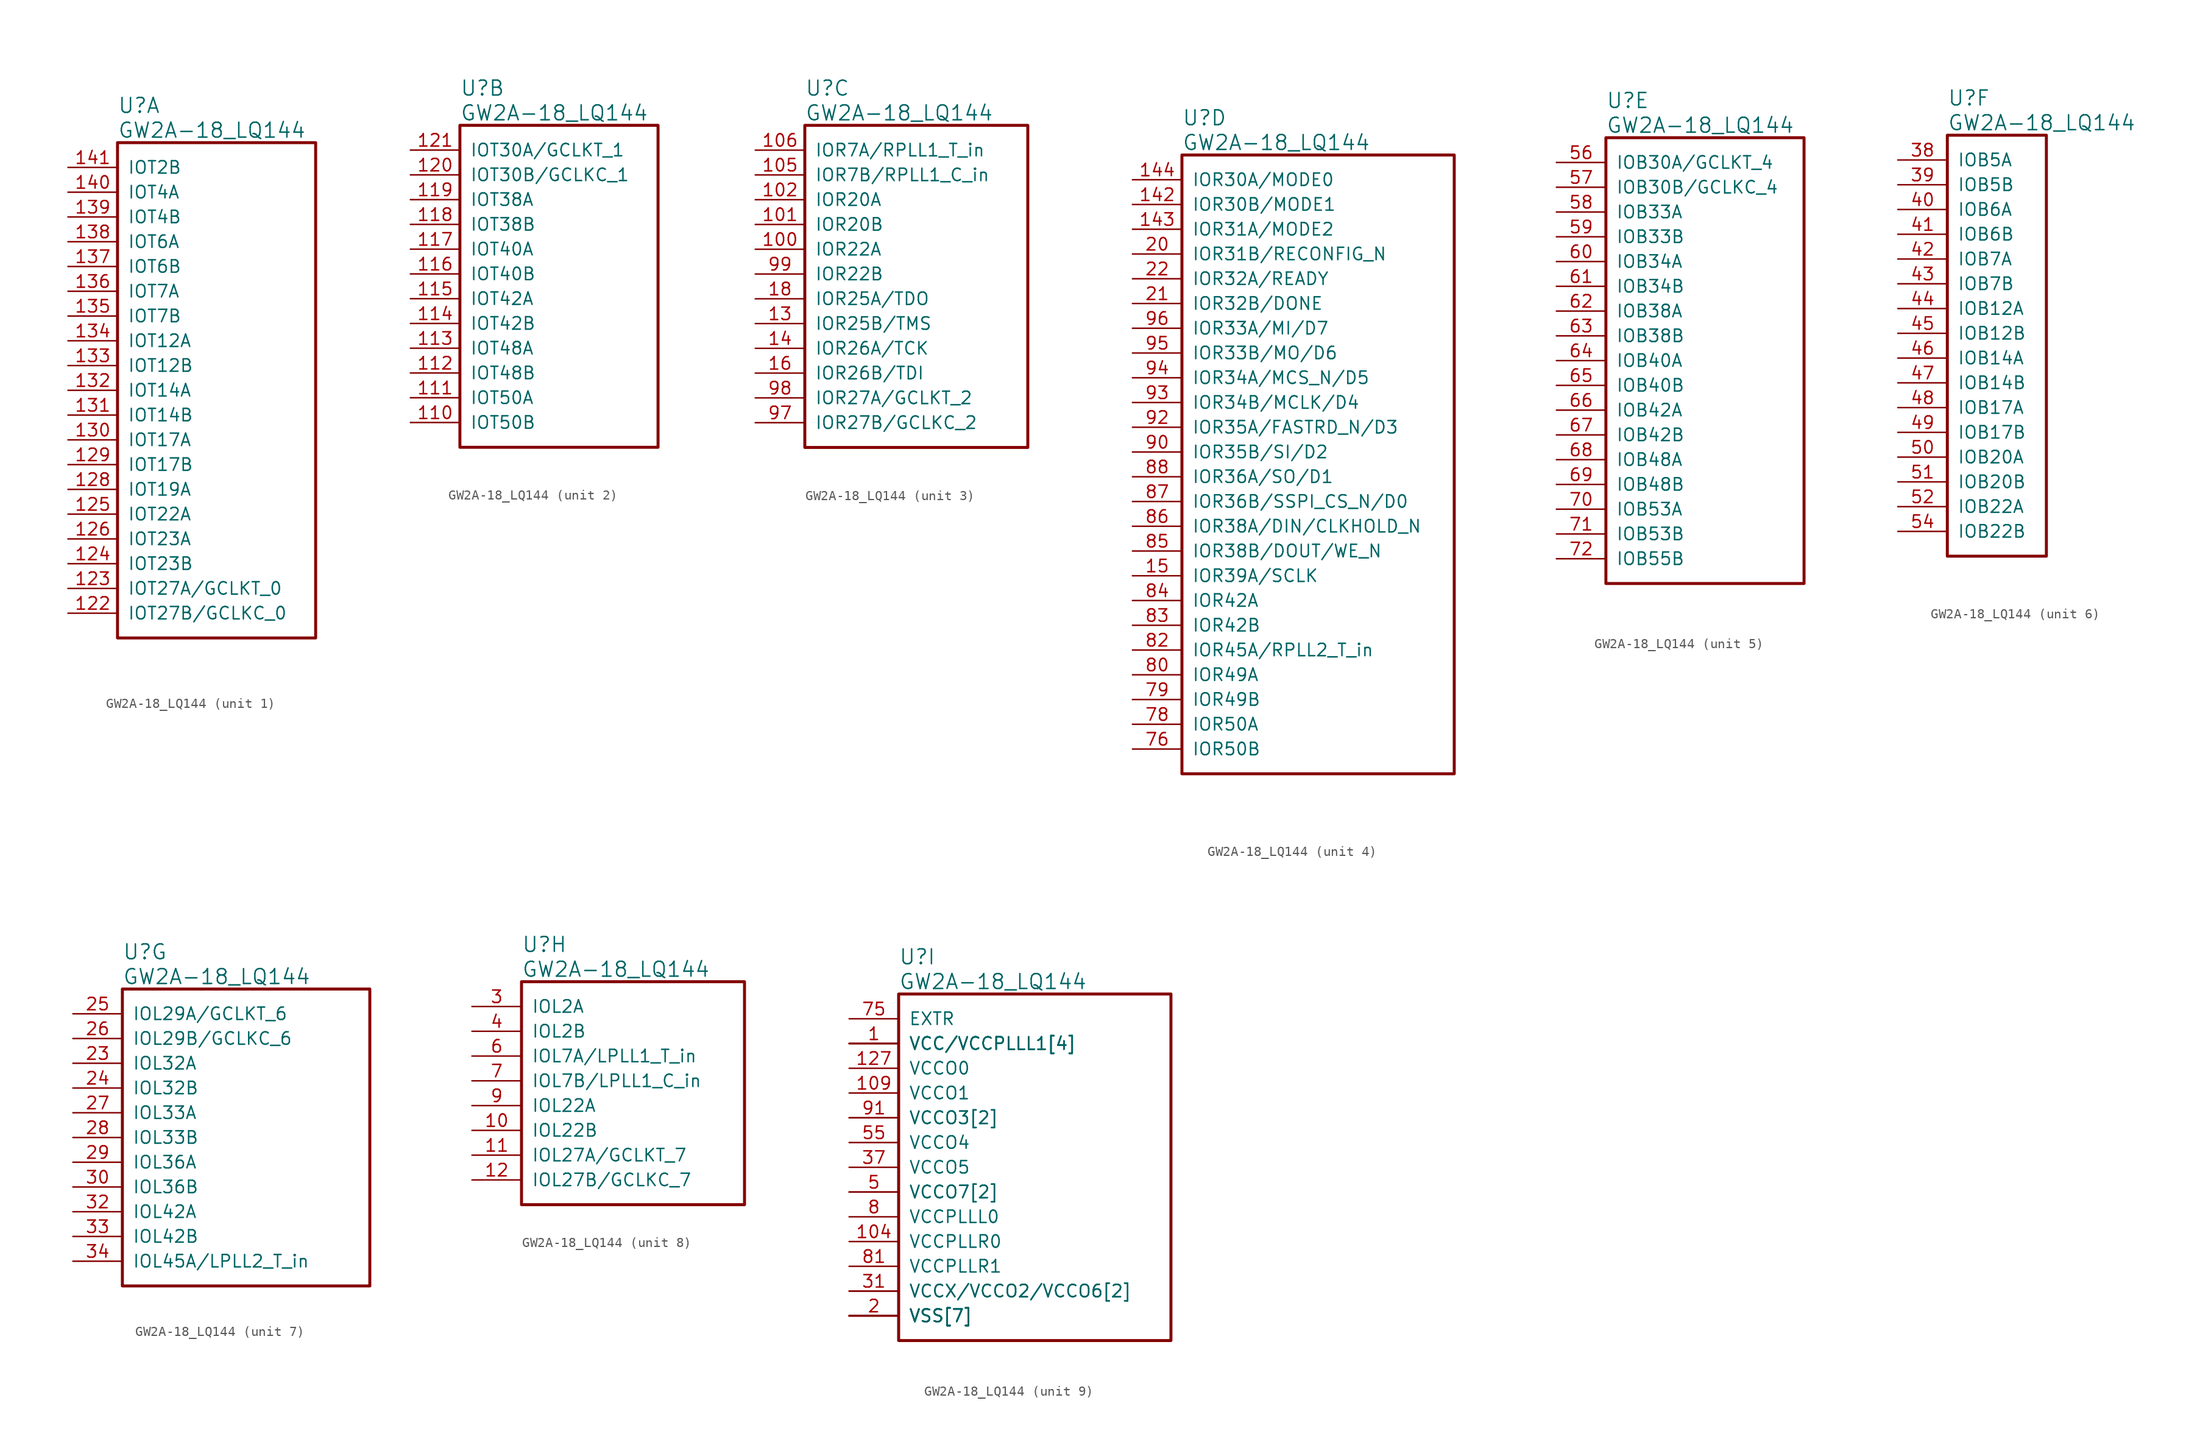
<source format=kicad_sym>
(kicad_symbol_lib
  (version 20220914)
  (generator kicad_symbol_editor)
  (symbol "GW2A-18_LQ144"
    (pin_names
      (offset 1.016))
    (property "Reference" "U"
      (at 5.08 6.35 0)
      (effects (font (size 1.524 1.524)) (justify left)))
    (property "Value" "GW2A-18_LQ144"
      (at 5.08 3.81 0)
      (effects (font (size 1.524 1.524)) (justify left)))
    (property "ki_locked" ""
      (at 0 0 0)
      (effects (font (size 1.27 1.27))))
    (symbol "GW2A-18_LQ144_1_1"
      (rectangle (start 5.08 2.54) (end 25.4 -48.26) (stroke (width 0.305) (type solid)) (fill (type none)))
      (pin bidirectional line (at 0 -45.72 0) (length 5.08) (name "IOT27B/GCLKC_0" (effects (font (size 1.27 1.27)))) (number "122" (effects (font (size 1.27 1.27)))))
      (pin bidirectional line (at 0 -43.18 0) (length 5.08) (name "IOT27A/GCLKT_0" (effects (font (size 1.27 1.27)))) (number "123" (effects (font (size 1.27 1.27)))))
      (pin bidirectional line (at 0 -40.64 0) (length 5.08) (name "IOT23B" (effects (font (size 1.27 1.27)))) (number "124" (effects (font (size 1.27 1.27)))))
      (pin bidirectional line (at 0 -35.56 0) (length 5.08) (name "IOT22A" (effects (font (size 1.27 1.27)))) (number "125" (effects (font (size 1.27 1.27)))))
      (pin bidirectional line (at 0 -38.1 0) (length 5.08) (name "IOT23A" (effects (font (size 1.27 1.27)))) (number "126" (effects (font (size 1.27 1.27)))))
      (pin bidirectional line (at 0 -33.02 0) (length 5.08) (name "IOT19A" (effects (font (size 1.27 1.27)))) (number "128" (effects (font (size 1.27 1.27)))))
      (pin bidirectional line (at 0 -30.48 0) (length 5.08) (name "IOT17B" (effects (font (size 1.27 1.27)))) (number "129" (effects (font (size 1.27 1.27)))))
      (pin bidirectional line (at 0 -27.94 0) (length 5.08) (name "IOT17A" (effects (font (size 1.27 1.27)))) (number "130" (effects (font (size 1.27 1.27)))))
      (pin bidirectional line (at 0 -25.4 0) (length 5.08) (name "IOT14B" (effects (font (size 1.27 1.27)))) (number "131" (effects (font (size 1.27 1.27)))))
      (pin bidirectional line (at 0 -22.86 0) (length 5.08) (name "IOT14A" (effects (font (size 1.27 1.27)))) (number "132" (effects (font (size 1.27 1.27)))))
      (pin bidirectional line (at 0 -20.32 0) (length 5.08) (name "IOT12B" (effects (font (size 1.27 1.27)))) (number "133" (effects (font (size 1.27 1.27)))))
      (pin bidirectional line (at 0 -17.78 0) (length 5.08) (name "IOT12A" (effects (font (size 1.27 1.27)))) (number "134" (effects (font (size 1.27 1.27)))))
      (pin bidirectional line (at 0 -15.24 0) (length 5.08) (name "IOT7B" (effects (font (size 1.27 1.27)))) (number "135" (effects (font (size 1.27 1.27)))))
      (pin bidirectional line (at 0 -12.7 0) (length 5.08) (name "IOT7A" (effects (font (size 1.27 1.27)))) (number "136" (effects (font (size 1.27 1.27)))))
      (pin bidirectional line (at 0 -10.16 0) (length 5.08) (name "IOT6B" (effects (font (size 1.27 1.27)))) (number "137" (effects (font (size 1.27 1.27)))))
      (pin bidirectional line (at 0 -7.62 0) (length 5.08) (name "IOT6A" (effects (font (size 1.27 1.27)))) (number "138" (effects (font (size 1.27 1.27)))))
      (pin bidirectional line (at 0 -5.08 0) (length 5.08) (name "IOT4B" (effects (font (size 1.27 1.27)))) (number "139" (effects (font (size 1.27 1.27)))))
      (pin bidirectional line (at 0 -2.54 0) (length 5.08) (name "IOT4A" (effects (font (size 1.27 1.27)))) (number "140" (effects (font (size 1.27 1.27)))))
      (pin bidirectional line (at 0 0 0) (length 5.08) (name "IOT2B" (effects (font (size 1.27 1.27)))) (number "141" (effects (font (size 1.27 1.27))))))
    (symbol "GW2A-18_LQ144_2_1"
      (rectangle (start 5.08 2.54) (end 25.4 -30.48) (stroke (width 0.305) (type solid)) (fill (type none)))
      (pin bidirectional line (at 0 -27.94 0) (length 5.08) (name "IOT50B" (effects (font (size 1.27 1.27)))) (number "110" (effects (font (size 1.27 1.27)))))
      (pin bidirectional line (at 0 -25.4 0) (length 5.08) (name "IOT50A" (effects (font (size 1.27 1.27)))) (number "111" (effects (font (size 1.27 1.27)))))
      (pin bidirectional line (at 0 -22.86 0) (length 5.08) (name "IOT48B" (effects (font (size 1.27 1.27)))) (number "112" (effects (font (size 1.27 1.27)))))
      (pin bidirectional line (at 0 -20.32 0) (length 5.08) (name "IOT48A" (effects (font (size 1.27 1.27)))) (number "113" (effects (font (size 1.27 1.27)))))
      (pin bidirectional line (at 0 -17.78 0) (length 5.08) (name "IOT42B" (effects (font (size 1.27 1.27)))) (number "114" (effects (font (size 1.27 1.27)))))
      (pin bidirectional line (at 0 -15.24 0) (length 5.08) (name "IOT42A" (effects (font (size 1.27 1.27)))) (number "115" (effects (font (size 1.27 1.27)))))
      (pin bidirectional line (at 0 -12.7 0) (length 5.08) (name "IOT40B" (effects (font (size 1.27 1.27)))) (number "116" (effects (font (size 1.27 1.27)))))
      (pin bidirectional line (at 0 -10.16 0) (length 5.08) (name "IOT40A" (effects (font (size 1.27 1.27)))) (number "117" (effects (font (size 1.27 1.27)))))
      (pin bidirectional line (at 0 -7.62 0) (length 5.08) (name "IOT38B" (effects (font (size 1.27 1.27)))) (number "118" (effects (font (size 1.27 1.27)))))
      (pin bidirectional line (at 0 -5.08 0) (length 5.08) (name "IOT38A" (effects (font (size 1.27 1.27)))) (number "119" (effects (font (size 1.27 1.27)))))
      (pin bidirectional line (at 0 -2.54 0) (length 5.08) (name "IOT30B/GCLKC_1" (effects (font (size 1.27 1.27)))) (number "120" (effects (font (size 1.27 1.27)))))
      (pin bidirectional line (at 0 0 0) (length 5.08) (name "IOT30A/GCLKT_1" (effects (font (size 1.27 1.27)))) (number "121" (effects (font (size 1.27 1.27))))))
    (symbol "GW2A-18_LQ144_3_1"
      (rectangle (start 5.08 2.54) (end 27.94 -30.48) (stroke (width 0.305) (type solid)) (fill (type none)))
      (pin bidirectional line (at 0 -10.16 0) (length 5.08) (name "IOR22A" (effects (font (size 1.27 1.27)))) (number "100" (effects (font (size 1.27 1.27)))))
      (pin bidirectional line (at 0 -7.62 0) (length 5.08) (name "IOR20B" (effects (font (size 1.27 1.27)))) (number "101" (effects (font (size 1.27 1.27)))))
      (pin bidirectional line (at 0 -5.08 0) (length 5.08) (name "IOR20A" (effects (font (size 1.27 1.27)))) (number "102" (effects (font (size 1.27 1.27)))))
      (pin bidirectional line (at 0 -2.54 0) (length 5.08) (name "IOR7B/RPLL1_C_in" (effects (font (size 1.27 1.27)))) (number "105" (effects (font (size 1.27 1.27)))))
      (pin bidirectional line (at 0 0 0) (length 5.08) (name "IOR7A/RPLL1_T_in" (effects (font (size 1.27 1.27)))) (number "106" (effects (font (size 1.27 1.27)))))
      (pin bidirectional line (at 0 -17.78 0) (length 5.08) (name "IOR25B/TMS" (effects (font (size 1.27 1.27)))) (number "13" (effects (font (size 1.27 1.27)))))
      (pin bidirectional line (at 0 -20.32 0) (length 5.08) (name "IOR26A/TCK" (effects (font (size 1.27 1.27)))) (number "14" (effects (font (size 1.27 1.27)))))
      (pin bidirectional line (at 0 -22.86 0) (length 5.08) (name "IOR26B/TDI" (effects (font (size 1.27 1.27)))) (number "16" (effects (font (size 1.27 1.27)))))
      (pin bidirectional line (at 0 -15.24 0) (length 5.08) (name "IOR25A/TDO" (effects (font (size 1.27 1.27)))) (number "18" (effects (font (size 1.27 1.27)))))
      (pin bidirectional line (at 0 -27.94 0) (length 5.08) (name "IOR27B/GCLKC_2" (effects (font (size 1.27 1.27)))) (number "97" (effects (font (size 1.27 1.27)))))
      (pin bidirectional line (at 0 -25.4 0) (length 5.08) (name "IOR27A/GCLKT_2" (effects (font (size 1.27 1.27)))) (number "98" (effects (font (size 1.27 1.27)))))
      (pin bidirectional line (at 0 -12.7 0) (length 5.08) (name "IOR22B" (effects (font (size 1.27 1.27)))) (number "99" (effects (font (size 1.27 1.27))))))
    (symbol "GW2A-18_LQ144_4_1"
      (rectangle (start 5.08 2.54) (end 33.02 -60.96) (stroke (width 0.305) (type solid)) (fill (type none)))
      (pin bidirectional line (at 0 -2.54 0) (length 5.08) (name "IOR30B/MODE1" (effects (font (size 1.27 1.27)))) (number "142" (effects (font (size 1.27 1.27)))))
      (pin bidirectional line (at 0 -5.08 0) (length 5.08) (name "IOR31A/MODE2" (effects (font (size 1.27 1.27)))) (number "143" (effects (font (size 1.27 1.27)))))
      (pin bidirectional line (at 0 0 0) (length 5.08) (name "IOR30A/MODE0" (effects (font (size 1.27 1.27)))) (number "144" (effects (font (size 1.27 1.27)))))
      (pin bidirectional line (at 0 -40.64 0) (length 5.08) (name "IOR39A/SCLK" (effects (font (size 1.27 1.27)))) (number "15" (effects (font (size 1.27 1.27)))))
      (pin bidirectional line (at 0 -7.62 0) (length 5.08) (name "IOR31B/RECONFIG_N" (effects (font (size 1.27 1.27)))) (number "20" (effects (font (size 1.27 1.27)))))
      (pin bidirectional line (at 0 -12.7 0) (length 5.08) (name "IOR32B/DONE" (effects (font (size 1.27 1.27)))) (number "21" (effects (font (size 1.27 1.27)))))
      (pin bidirectional line (at 0 -10.16 0) (length 5.08) (name "IOR32A/READY" (effects (font (size 1.27 1.27)))) (number "22" (effects (font (size 1.27 1.27)))))
      (pin bidirectional line (at 0 -58.42 0) (length 5.08) (name "IOR50B" (effects (font (size 1.27 1.27)))) (number "76" (effects (font (size 1.27 1.27)))))
      (pin bidirectional line (at 0 -55.88 0) (length 5.08) (name "IOR50A" (effects (font (size 1.27 1.27)))) (number "78" (effects (font (size 1.27 1.27)))))
      (pin bidirectional line (at 0 -53.34 0) (length 5.08) (name "IOR49B" (effects (font (size 1.27 1.27)))) (number "79" (effects (font (size 1.27 1.27)))))
      (pin bidirectional line (at 0 -50.8 0) (length 5.08) (name "IOR49A" (effects (font (size 1.27 1.27)))) (number "80" (effects (font (size 1.27 1.27)))))
      (pin bidirectional line (at 0 -48.26 0) (length 5.08) (name "IOR45A/RPLL2_T_in" (effects (font (size 1.27 1.27)))) (number "82" (effects (font (size 1.27 1.27)))))
      (pin bidirectional line (at 0 -45.72 0) (length 5.08) (name "IOR42B" (effects (font (size 1.27 1.27)))) (number "83" (effects (font (size 1.27 1.27)))))
      (pin bidirectional line (at 0 -43.18 0) (length 5.08) (name "IOR42A" (effects (font (size 1.27 1.27)))) (number "84" (effects (font (size 1.27 1.27)))))
      (pin bidirectional line (at 0 -38.1 0) (length 5.08) (name "IOR38B/DOUT/WE_N" (effects (font (size 1.27 1.27)))) (number "85" (effects (font (size 1.27 1.27)))))
      (pin bidirectional line (at 0 -35.56 0) (length 5.08) (name "IOR38A/DIN/CLKHOLD_N" (effects (font (size 1.27 1.27)))) (number "86" (effects (font (size 1.27 1.27)))))
      (pin bidirectional line (at 0 -33.02 0) (length 5.08) (name "IOR36B/SSPI_CS_N/D0" (effects (font (size 1.27 1.27)))) (number "87" (effects (font (size 1.27 1.27)))))
      (pin bidirectional line (at 0 -30.48 0) (length 5.08) (name "IOR36A/SO/D1" (effects (font (size 1.27 1.27)))) (number "88" (effects (font (size 1.27 1.27)))))
      (pin bidirectional line (at 0 -27.94 0) (length 5.08) (name "IOR35B/SI/D2" (effects (font (size 1.27 1.27)))) (number "90" (effects (font (size 1.27 1.27)))))
      (pin bidirectional line (at 0 -25.4 0) (length 5.08) (name "IOR35A/FASTRD_N/D3" (effects (font (size 1.27 1.27)))) (number "92" (effects (font (size 1.27 1.27)))))
      (pin bidirectional line (at 0 -22.86 0) (length 5.08) (name "IOR34B/MCLK/D4" (effects (font (size 1.27 1.27)))) (number "93" (effects (font (size 1.27 1.27)))))
      (pin bidirectional line (at 0 -20.32 0) (length 5.08) (name "IOR34A/MCS_N/D5" (effects (font (size 1.27 1.27)))) (number "94" (effects (font (size 1.27 1.27)))))
      (pin bidirectional line (at 0 -17.78 0) (length 5.08) (name "IOR33B/MO/D6" (effects (font (size 1.27 1.27)))) (number "95" (effects (font (size 1.27 1.27)))))
      (pin bidirectional line (at 0 -15.24 0) (length 5.08) (name "IOR33A/MI/D7" (effects (font (size 1.27 1.27)))) (number "96" (effects (font (size 1.27 1.27))))))
    (symbol "GW2A-18_LQ144_5_1"
      (rectangle (start 5.08 2.54) (end 25.4 -43.18) (stroke (width 0.305) (type solid)) (fill (type none)))
      (pin bidirectional line (at 0 0 0) (length 5.08) (name "IOB30A/GCLKT_4" (effects (font (size 1.27 1.27)))) (number "56" (effects (font (size 1.27 1.27)))))
      (pin bidirectional line (at 0 -2.54 0) (length 5.08) (name "IOB30B/GCLKC_4" (effects (font (size 1.27 1.27)))) (number "57" (effects (font (size 1.27 1.27)))))
      (pin bidirectional line (at 0 -5.08 0) (length 5.08) (name "IOB33A" (effects (font (size 1.27 1.27)))) (number "58" (effects (font (size 1.27 1.27)))))
      (pin bidirectional line (at 0 -7.62 0) (length 5.08) (name "IOB33B" (effects (font (size 1.27 1.27)))) (number "59" (effects (font (size 1.27 1.27)))))
      (pin bidirectional line (at 0 -10.16 0) (length 5.08) (name "IOB34A" (effects (font (size 1.27 1.27)))) (number "60" (effects (font (size 1.27 1.27)))))
      (pin bidirectional line (at 0 -12.7 0) (length 5.08) (name "IOB34B" (effects (font (size 1.27 1.27)))) (number "61" (effects (font (size 1.27 1.27)))))
      (pin bidirectional line (at 0 -15.24 0) (length 5.08) (name "IOB38A" (effects (font (size 1.27 1.27)))) (number "62" (effects (font (size 1.27 1.27)))))
      (pin bidirectional line (at 0 -17.78 0) (length 5.08) (name "IOB38B" (effects (font (size 1.27 1.27)))) (number "63" (effects (font (size 1.27 1.27)))))
      (pin bidirectional line (at 0 -20.32 0) (length 5.08) (name "IOB40A" (effects (font (size 1.27 1.27)))) (number "64" (effects (font (size 1.27 1.27)))))
      (pin bidirectional line (at 0 -22.86 0) (length 5.08) (name "IOB40B" (effects (font (size 1.27 1.27)))) (number "65" (effects (font (size 1.27 1.27)))))
      (pin bidirectional line (at 0 -25.4 0) (length 5.08) (name "IOB42A" (effects (font (size 1.27 1.27)))) (number "66" (effects (font (size 1.27 1.27)))))
      (pin bidirectional line (at 0 -27.94 0) (length 5.08) (name "IOB42B" (effects (font (size 1.27 1.27)))) (number "67" (effects (font (size 1.27 1.27)))))
      (pin bidirectional line (at 0 -30.48 0) (length 5.08) (name "IOB48A" (effects (font (size 1.27 1.27)))) (number "68" (effects (font (size 1.27 1.27)))))
      (pin bidirectional line (at 0 -33.02 0) (length 5.08) (name "IOB48B" (effects (font (size 1.27 1.27)))) (number "69" (effects (font (size 1.27 1.27)))))
      (pin bidirectional line (at 0 -35.56 0) (length 5.08) (name "IOB53A" (effects (font (size 1.27 1.27)))) (number "70" (effects (font (size 1.27 1.27)))))
      (pin bidirectional line (at 0 -38.1 0) (length 5.08) (name "IOB53B" (effects (font (size 1.27 1.27)))) (number "71" (effects (font (size 1.27 1.27)))))
      (pin bidirectional line (at 0 -40.64 0) (length 5.08) (name "IOB55B" (effects (font (size 1.27 1.27)))) (number "72" (effects (font (size 1.27 1.27))))))
    (symbol "GW2A-18_LQ144_6_1"
      (rectangle (start 5.08 2.54) (end 15.24 -40.64) (stroke (width 0.305) (type solid)) (fill (type none)))
      (pin bidirectional line (at 0 0 0) (length 5.08) (name "IOB5A" (effects (font (size 1.27 1.27)))) (number "38" (effects (font (size 1.27 1.27)))))
      (pin bidirectional line (at 0 -2.54 0) (length 5.08) (name "IOB5B" (effects (font (size 1.27 1.27)))) (number "39" (effects (font (size 1.27 1.27)))))
      (pin bidirectional line (at 0 -5.08 0) (length 5.08) (name "IOB6A" (effects (font (size 1.27 1.27)))) (number "40" (effects (font (size 1.27 1.27)))))
      (pin bidirectional line (at 0 -7.62 0) (length 5.08) (name "IOB6B" (effects (font (size 1.27 1.27)))) (number "41" (effects (font (size 1.27 1.27)))))
      (pin bidirectional line (at 0 -10.16 0) (length 5.08) (name "IOB7A" (effects (font (size 1.27 1.27)))) (number "42" (effects (font (size 1.27 1.27)))))
      (pin bidirectional line (at 0 -12.7 0) (length 5.08) (name "IOB7B" (effects (font (size 1.27 1.27)))) (number "43" (effects (font (size 1.27 1.27)))))
      (pin bidirectional line (at 0 -15.24 0) (length 5.08) (name "IOB12A" (effects (font (size 1.27 1.27)))) (number "44" (effects (font (size 1.27 1.27)))))
      (pin bidirectional line (at 0 -17.78 0) (length 5.08) (name "IOB12B" (effects (font (size 1.27 1.27)))) (number "45" (effects (font (size 1.27 1.27)))))
      (pin bidirectional line (at 0 -20.32 0) (length 5.08) (name "IOB14A" (effects (font (size 1.27 1.27)))) (number "46" (effects (font (size 1.27 1.27)))))
      (pin bidirectional line (at 0 -22.86 0) (length 5.08) (name "IOB14B" (effects (font (size 1.27 1.27)))) (number "47" (effects (font (size 1.27 1.27)))))
      (pin bidirectional line (at 0 -25.4 0) (length 5.08) (name "IOB17A" (effects (font (size 1.27 1.27)))) (number "48" (effects (font (size 1.27 1.27)))))
      (pin bidirectional line (at 0 -27.94 0) (length 5.08) (name "IOB17B" (effects (font (size 1.27 1.27)))) (number "49" (effects (font (size 1.27 1.27)))))
      (pin bidirectional line (at 0 -30.48 0) (length 5.08) (name "IOB20A" (effects (font (size 1.27 1.27)))) (number "50" (effects (font (size 1.27 1.27)))))
      (pin bidirectional line (at 0 -33.02 0) (length 5.08) (name "IOB20B" (effects (font (size 1.27 1.27)))) (number "51" (effects (font (size 1.27 1.27)))))
      (pin bidirectional line (at 0 -35.56 0) (length 5.08) (name "IOB22A" (effects (font (size 1.27 1.27)))) (number "52" (effects (font (size 1.27 1.27)))))
      (pin bidirectional line (at 0 -38.1 0) (length 5.08) (name "IOB22B" (effects (font (size 1.27 1.27)))) (number "54" (effects (font (size 1.27 1.27))))))
    (symbol "GW2A-18_LQ144_7_1"
      (rectangle (start 5.08 2.54) (end 30.48 -27.94) (stroke (width 0.305) (type solid)) (fill (type none)))
      (pin bidirectional line (at 0 -5.08 0) (length 5.08) (name "IOL32A" (effects (font (size 1.27 1.27)))) (number "23" (effects (font (size 1.27 1.27)))))
      (pin bidirectional line (at 0 -7.62 0) (length 5.08) (name "IOL32B" (effects (font (size 1.27 1.27)))) (number "24" (effects (font (size 1.27 1.27)))))
      (pin bidirectional line (at 0 0 0) (length 5.08) (name "IOL29A/GCLKT_6" (effects (font (size 1.27 1.27)))) (number "25" (effects (font (size 1.27 1.27)))))
      (pin bidirectional line (at 0 -2.54 0) (length 5.08) (name "IOL29B/GCLKC_6" (effects (font (size 1.27 1.27)))) (number "26" (effects (font (size 1.27 1.27)))))
      (pin bidirectional line (at 0 -10.16 0) (length 5.08) (name "IOL33A" (effects (font (size 1.27 1.27)))) (number "27" (effects (font (size 1.27 1.27)))))
      (pin bidirectional line (at 0 -12.7 0) (length 5.08) (name "IOL33B" (effects (font (size 1.27 1.27)))) (number "28" (effects (font (size 1.27 1.27)))))
      (pin bidirectional line (at 0 -15.24 0) (length 5.08) (name "IOL36A" (effects (font (size 1.27 1.27)))) (number "29" (effects (font (size 1.27 1.27)))))
      (pin bidirectional line (at 0 -17.78 0) (length 5.08) (name "IOL36B" (effects (font (size 1.27 1.27)))) (number "30" (effects (font (size 1.27 1.27)))))
      (pin bidirectional line (at 0 -20.32 0) (length 5.08) (name "IOL42A" (effects (font (size 1.27 1.27)))) (number "32" (effects (font (size 1.27 1.27)))))
      (pin bidirectional line (at 0 -22.86 0) (length 5.08) (name "IOL42B" (effects (font (size 1.27 1.27)))) (number "33" (effects (font (size 1.27 1.27)))))
      (pin bidirectional line (at 0 -25.4 0) (length 5.08) (name "IOL45A/LPLL2_T_in" (effects (font (size 1.27 1.27)))) (number "34" (effects (font (size 1.27 1.27))))))
    (symbol "GW2A-18_LQ144_8_1"
      (rectangle (start 5.08 2.54) (end 27.94 -20.32) (stroke (width 0.305) (type solid)) (fill (type none)))
      (pin bidirectional line (at 0 -12.7 0) (length 5.08) (name "IOL22B" (effects (font (size 1.27 1.27)))) (number "10" (effects (font (size 1.27 1.27)))))
      (pin bidirectional line (at 0 -15.24 0) (length 5.08) (name "IOL27A/GCLKT_7" (effects (font (size 1.27 1.27)))) (number "11" (effects (font (size 1.27 1.27)))))
      (pin bidirectional line (at 0 -17.78 0) (length 5.08) (name "IOL27B/GCLKC_7" (effects (font (size 1.27 1.27)))) (number "12" (effects (font (size 1.27 1.27)))))
      (pin bidirectional line (at 0 0 0) (length 5.08) (name "IOL2A" (effects (font (size 1.27 1.27)))) (number "3" (effects (font (size 1.27 1.27)))))
      (pin bidirectional line (at 0 -2.54 0) (length 5.08) (name "IOL2B" (effects (font (size 1.27 1.27)))) (number "4" (effects (font (size 1.27 1.27)))))
      (pin bidirectional line (at 0 -5.08 0) (length 5.08) (name "IOL7A/LPLL1_T_in" (effects (font (size 1.27 1.27)))) (number "6" (effects (font (size 1.27 1.27)))))
      (pin bidirectional line (at 0 -7.62 0) (length 5.08) (name "IOL7B/LPLL1_C_in" (effects (font (size 1.27 1.27)))) (number "7" (effects (font (size 1.27 1.27)))))
      (pin bidirectional line (at 0 -10.16 0) (length 5.08) (name "IOL22A" (effects (font (size 1.27 1.27)))) (number "9" (effects (font (size 1.27 1.27))))))
    (symbol "GW2A-18_LQ144_9_1"
      (rectangle (start 5.08 2.54) (end 33.02 -33.02) (stroke (width 0.305) (type solid)) (fill (type none)))
      (pin power_in line (at 0 -2.54 0) (length 5.08) (name "VCC/VCCPLLL1[4]" (effects (font (size 1.27 1.27)))) (number "1" (effects (font (size 1.27 1.27)))))
      (pin power_in line (at 0 -27.94 0) (length 5.08) (name "VCCX/VCCO2/VCCO6[2]" (effects (font (size 1.27 1.27)))) (number "103" (effects (font (size 0 0)))))
      (pin power_in line (at 0 -22.86 0) (length 5.08) (name "VCCPLLR0" (effects (font (size 1.27 1.27)))) (number "104" (effects (font (size 1.27 1.27)))))
      (pin power_in line (at 0 -30.48 0) (length 5.08) (name "VSS[7]" (effects (font (size 1.27 1.27)))) (number "107" (effects (font (size 0 0)))))
      (pin power_in line (at 0 -2.54 0) (length 5.08) (name "VCC/VCCPLLL1[4]" (effects (font (size 1.27 1.27)))) (number "108" (effects (font (size 0 0)))))
      (pin power_in line (at 0 -7.62 0) (length 5.08) (name "VCCO1" (effects (font (size 1.27 1.27)))) (number "109" (effects (font (size 1.27 1.27)))))
      (pin power_in line (at 0 -5.08 0) (length 5.08) (name "VCCO0" (effects (font (size 1.27 1.27)))) (number "127" (effects (font (size 1.27 1.27)))))
      (pin power_in line (at 0 -30.48 0) (length 5.08) (name "VSS[7]" (effects (font (size 1.27 1.27)))) (number "17" (effects (font (size 0 0)))))
      (pin power_in line (at 0 -17.78 0) (length 5.08) (name "VCCO7[2]" (effects (font (size 1.27 1.27)))) (number "19" (effects (font (size 0 0)))))
      (pin power_in line (at 0 -30.48 0) (length 5.08) (name "VSS[7]" (effects (font (size 1.27 1.27)))) (number "2" (effects (font (size 1.27 1.27)))))
      (pin power_in line (at 0 -27.94 0) (length 5.08) (name "VCCX/VCCO2/VCCO6[2]" (effects (font (size 1.27 1.27)))) (number "31" (effects (font (size 1.27 1.27)))))
      (pin power_in line (at 0 -30.48 0) (length 5.08) (name "VSS[7]" (effects (font (size 1.27 1.27)))) (number "35" (effects (font (size 0 0)))))
      (pin power_in line (at 0 -2.54 0) (length 5.08) (name "VCC/VCCPLLL1[4]" (effects (font (size 1.27 1.27)))) (number "36" (effects (font (size 0 0)))))
      (pin power_in line (at 0 -15.24 0) (length 5.08) (name "VCCO5" (effects (font (size 1.27 1.27)))) (number "37" (effects (font (size 1.27 1.27)))))
      (pin power_in line (at 0 -17.78 0) (length 5.08) (name "VCCO7[2]" (effects (font (size 1.27 1.27)))) (number "5" (effects (font (size 1.27 1.27)))))
      (pin power_in line (at 0 -30.48 0) (length 5.08) (name "VSS[7]" (effects (font (size 1.27 1.27)))) (number "53" (effects (font (size 0 0)))))
      (pin power_in line (at 0 -12.7 0) (length 5.08) (name "VCCO4" (effects (font (size 1.27 1.27)))) (number "55" (effects (font (size 1.27 1.27)))))
      (pin power_in line (at 0 -2.54 0) (length 5.08) (name "VCC/VCCPLLL1[4]" (effects (font (size 1.27 1.27)))) (number "73" (effects (font (size 0 0)))))
      (pin power_in line (at 0 -30.48 0) (length 5.08) (name "VSS[7]" (effects (font (size 1.27 1.27)))) (number "74" (effects (font (size 0 0)))))
      (pin power_in line (at 0 0 0) (length 5.08) (name "EXTR" (effects (font (size 1.27 1.27)))) (number "75" (effects (font (size 1.27 1.27)))))
      (pin power_in line (at 0 -10.16 0) (length 5.08) (name "VCCO3[2]" (effects (font (size 1.27 1.27)))) (number "77" (effects (font (size 0 0)))))
      (pin power_in line (at 0 -20.32 0) (length 5.08) (name "VCCPLLL0" (effects (font (size 1.27 1.27)))) (number "8" (effects (font (size 1.27 1.27)))))
      (pin power_in line (at 0 -25.4 0) (length 5.08) (name "VCCPLLR1" (effects (font (size 1.27 1.27)))) (number "81" (effects (font (size 1.27 1.27)))))
      (pin power_in line (at 0 -30.48 0) (length 5.08) (name "VSS[7]" (effects (font (size 1.27 1.27)))) (number "89" (effects (font (size 0 0)))))
      (pin power_in line (at 0 -10.16 0) (length 5.08) (name "VCCO3[2]" (effects (font (size 1.27 1.27)))) (number "91" (effects (font (size 1.27 1.27))))))))
</source>
